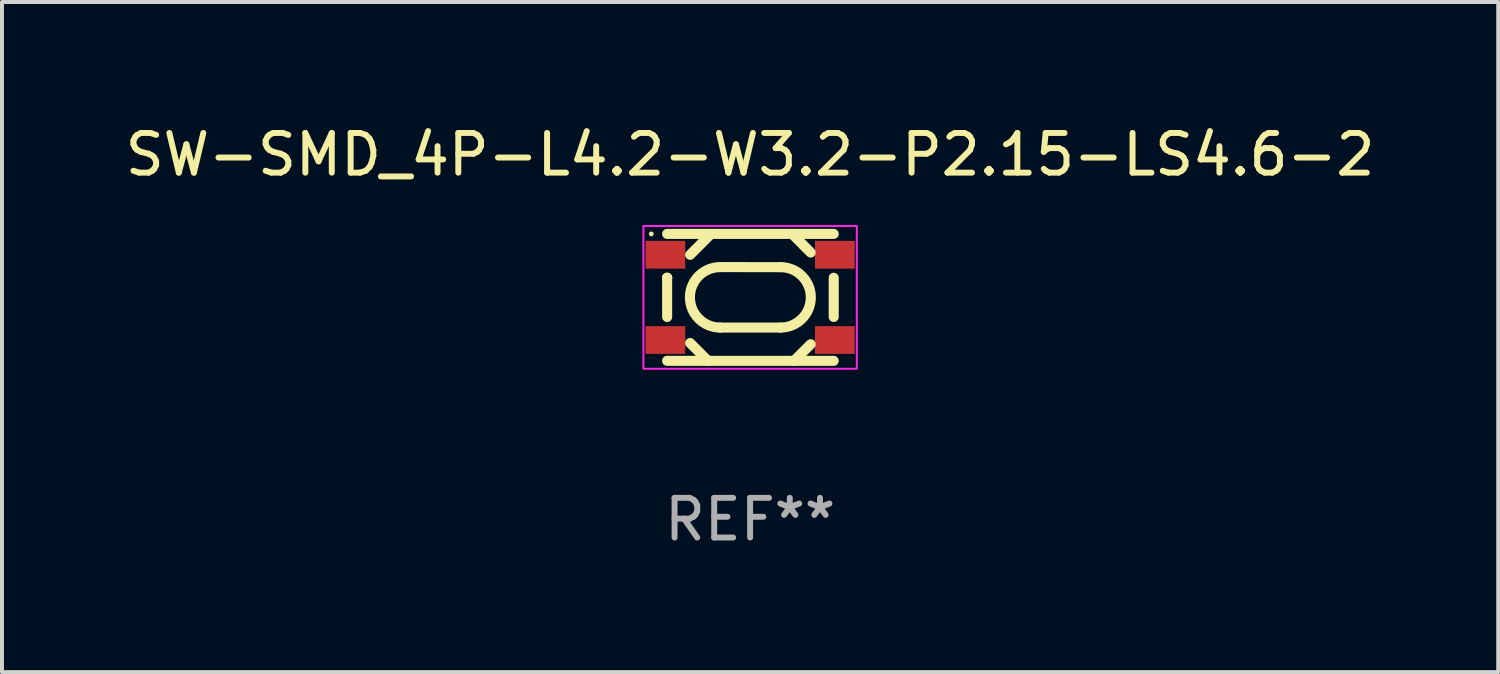
<source format=kicad_pcb>
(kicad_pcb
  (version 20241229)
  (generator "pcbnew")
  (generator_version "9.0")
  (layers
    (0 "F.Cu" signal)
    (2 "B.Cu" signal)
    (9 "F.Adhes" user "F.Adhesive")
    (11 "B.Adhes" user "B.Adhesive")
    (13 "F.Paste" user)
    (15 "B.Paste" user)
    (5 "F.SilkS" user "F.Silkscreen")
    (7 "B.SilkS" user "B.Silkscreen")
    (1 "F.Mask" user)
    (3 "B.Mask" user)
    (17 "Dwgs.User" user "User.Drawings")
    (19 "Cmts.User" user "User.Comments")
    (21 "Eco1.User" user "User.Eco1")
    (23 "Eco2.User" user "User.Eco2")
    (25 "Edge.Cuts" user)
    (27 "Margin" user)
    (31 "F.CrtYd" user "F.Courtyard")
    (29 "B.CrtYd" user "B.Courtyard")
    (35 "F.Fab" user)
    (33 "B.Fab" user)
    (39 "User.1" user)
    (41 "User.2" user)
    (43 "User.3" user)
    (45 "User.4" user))
  (footprint "SW-SMD_4P-L4.2-W3.2-P2.15-LS4.6-2"
    (layer "F.Cu")
    (at 15.863 4.448)
    (property "Reference" "SW-SMD_4P-L4.2-W3.2-P2.15-LS4.6-2" (at -0.000076 -3.6 0) (layer "F.SilkS") (effects (font (size 1 1) (thickness 0.15))))
    (attr smd)
    (fp_line (start -2.092 -1.6) (end 2.108 -1.6) (stroke (width 0.254) (type solid)) (layer "F.SilkS"))
    (fp_line (start -2.092 -0.494) (end -2.092 -0.495) (stroke (width 0.254) (type solid)) (layer "F.SilkS"))
    (fp_line (start -2.092 -0.494) (end -2.092 -0.494) (stroke (width 0.254) (type solid)) (layer "F.SilkS"))
    (fp_line (start -2.092 -0.494) (end -2.092 0.494) (stroke (width 0.254) (type solid)) (layer "F.SilkS"))
    (fp_line (start -2.092 1.6) (end 2.108 1.6) (stroke (width 0.254) (type solid)) (layer "F.SilkS"))
    (fp_line (start -1.512 -1.074) (end -0.986 -1.6) (stroke (width 0.254) (type solid)) (layer "F.SilkS"))
    (fp_line (start -1.512 1.151) (end -1.063 1.6) (stroke (width 0.254) (type solid)) (layer "F.SilkS"))
    (fp_line (start -0.756 -0.763) (end 0.77 -0.762) (stroke (width 0.254) (type solid)) (layer "F.SilkS"))
    (fp_line (start -0.756 0.761) (end 0.768 0.761) (stroke (width 0.254) (type solid)) (layer "F.SilkS"))
    (fp_line (start 1.527 -1.131) (end 1.058 -1.6) (stroke (width 0.254) (type solid)) (layer "F.SilkS"))
    (fp_line (start 1.527 1.182) (end 1.109 1.6) (stroke (width 0.254) (type solid)) (layer "F.SilkS"))
    (fp_line (start 2.108 0.494) (end 2.108 -0.494) (stroke (width 0.254) (type solid)) (layer "F.SilkS"))
    (fp_arc (start -0.755652 0.760986) (mid -1.517653 -0.001017) (end -0.75565 -0.763018) (stroke (width 0.254001) (type solid)) (layer "F.SilkS"))
    (fp_arc (start 0.769622 -0.762002) (mid 1.530481 0.000127) (end 0.768352 0.760986) (stroke (width 0.254001) (type solid)) (layer "F.SilkS"))
    (fp_circle (center -2.492 -1.6) (end -2.462 -1.6) (stroke (width 0.06) (type solid)) (fill no) (layer "F.SilkS"))
    (fp_rect (start -2.69 -1.8) (end 2.69 1.8) (stroke (width 0.05) (type default)) (fill no) (layer "F.CrtYd"))
    (fp_text user "REF**" (at -0.000076 5.6 0) (layer "F.Fab") (effects (font (size 1 1) (thickness 0.15))))
    (pad "1" smd rect (at -2.136 -1.075 90) (size 0.7 1) (layers "F.Cu" "F.Mask" "F.Paste"))
    (pad "2" smd rect (at 2.136 -1.075 90) (size 0.7 1) (layers "F.Cu" "F.Mask" "F.Paste"))
    (pad "3" smd rect (at -2.136 1.075 90) (size 0.7 1) (layers "F.Cu" "F.Mask" "F.Paste"))
    (pad "4" smd rect (at 2.136 1.075 90) (size 0.7 1) (layers "F.Cu" "F.Mask" "F.Paste")))
  (gr_rect
    (start -3 -3)
    (end 34.726 13.896)
    (stroke (width 0.1) (type default))
    (fill no)
    (layer "Edge.Cuts")))
</source>
